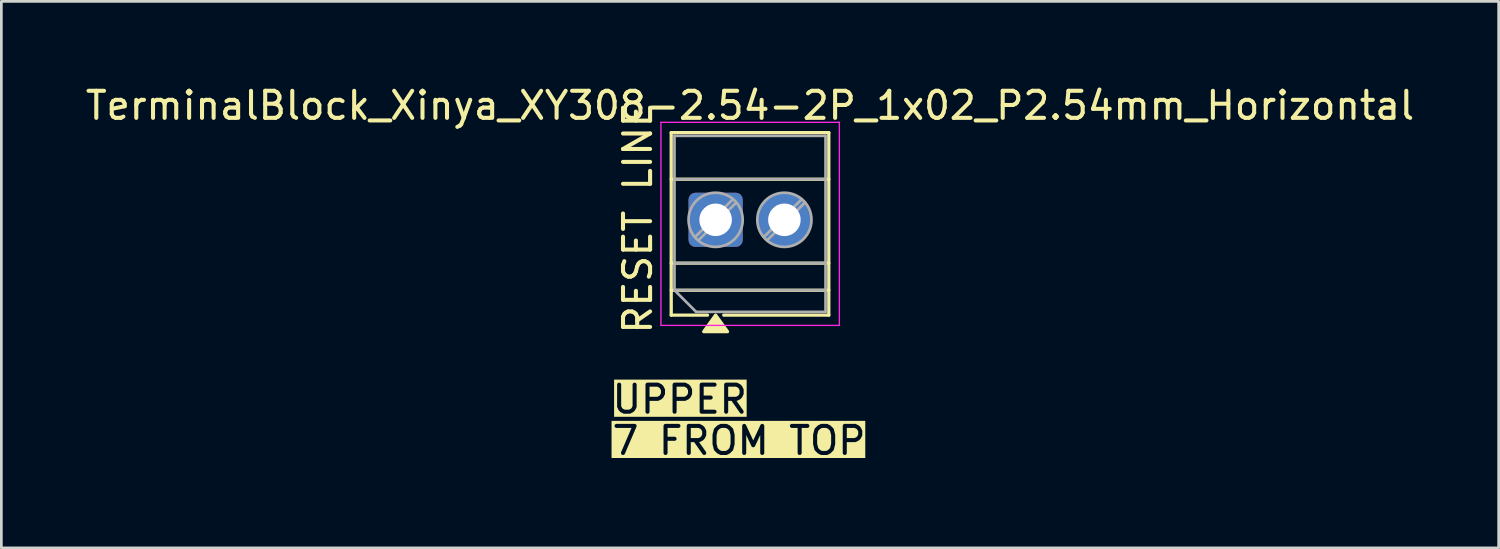
<source format=kicad_pcb>
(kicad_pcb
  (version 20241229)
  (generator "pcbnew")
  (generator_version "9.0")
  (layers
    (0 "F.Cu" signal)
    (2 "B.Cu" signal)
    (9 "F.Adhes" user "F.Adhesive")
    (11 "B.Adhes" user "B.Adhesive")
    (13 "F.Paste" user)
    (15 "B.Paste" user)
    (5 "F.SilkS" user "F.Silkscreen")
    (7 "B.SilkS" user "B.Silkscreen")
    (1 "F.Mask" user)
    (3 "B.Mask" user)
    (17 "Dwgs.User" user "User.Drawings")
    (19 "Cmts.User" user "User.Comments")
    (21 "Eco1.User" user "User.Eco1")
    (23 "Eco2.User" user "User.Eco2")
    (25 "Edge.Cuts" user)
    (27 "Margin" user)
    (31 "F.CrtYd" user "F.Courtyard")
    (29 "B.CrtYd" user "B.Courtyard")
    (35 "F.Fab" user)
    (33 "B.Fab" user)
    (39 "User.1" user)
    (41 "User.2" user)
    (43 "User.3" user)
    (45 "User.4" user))
  (footprint "TerminalBlock_Xinya_XY308-2.54-2P_1x02_P2.54mm_Horizontal"
    (layer "F.Cu")
    (at 23.379 5.068)
    (property "Reference" "TerminalBlock_Xinya_XY308-2.54-2P_1x02_P2.54mm_Horizontal" (at 1.27 -4.22 0) (layer "F.SilkS") (effects (font (size 1 1) (thickness 0.15))))
    (property "Field4" "RESET LINE" (at -2.875 -0.068 90) (unlocked yes) (layer "F.SilkS") (effects (font (size 1 1) (thickness 0.15))))
    (property "Field5" "UPPER" (at -1.325 6.633 0) (unlocked yes) (layer "F.SilkS" knockout) (effects (font (size 1 1) (thickness 0.15))))
    (property "d" "7 FROM TOP" (at 0.865 8.156 0) (unlocked yes) (layer "F.SilkS" knockout) (effects (font (size 1 1) (thickness 0.15))))
    (attr through_hole)
    (fp_line (start -1.64 -3.22) (end -1.64 3.52) (stroke (width 0.12) (type solid)) (layer "F.SilkS"))
    (fp_line (start -1.64 -3.22) (end 4.18 -3.22) (stroke (width 0.12) (type solid)) (layer "F.SilkS"))
    (fp_line (start -1.64 -1.5) (end 4.18 -1.5) (stroke (width 0.12) (type solid)) (layer "F.SilkS"))
    (fp_line (start -1.64 1.6) (end 4.18 1.6) (stroke (width 0.12) (type solid)) (layer "F.SilkS"))
    (fp_line (start -1.64 2.6) (end 4.18 2.6) (stroke (width 0.12) (type solid)) (layer "F.SilkS"))
    (fp_line (start -1.64 3.52) (end -0.3 3.52) (stroke (width 0.12) (type solid)) (layer "F.SilkS"))
    (fp_line (start 0.3 3.52) (end 4.18 3.52) (stroke (width 0.12) (type solid)) (layer "F.SilkS"))
    (fp_line (start 4.18 -3.22) (end 4.18 3.52) (stroke (width 0.12) (type solid)) (layer "F.SilkS"))
    (fp_poly (pts (xy 0 3.52) (xy 0.44 4.13) (xy -0.44 4.13) (xy 0 3.52)) (stroke (width 0.12) (type solid)) (fill yes) (layer "F.SilkS"))
    (fp_line (start -2.02 -3.6) (end -2.02 3.9) (stroke (width 0.05) (type solid)) (layer "F.CrtYd"))
    (fp_line (start -2.02 3.9) (end 4.57 3.9) (stroke (width 0.05) (type solid)) (layer "F.CrtYd"))
    (fp_line (start 4.57 -3.6) (end -2.02 -3.6) (stroke (width 0.05) (type solid)) (layer "F.CrtYd"))
    (fp_line (start 4.57 3.9) (end 4.57 -3.6) (stroke (width 0.05) (type solid)) (layer "F.CrtYd"))
    (fp_line (start -1.52 -3.1) (end 4.06 -3.1) (stroke (width 0.1) (type solid)) (layer "F.Fab"))
    (fp_line (start -1.52 -1.5) (end 4.06 -1.5) (stroke (width 0.1) (type solid)) (layer "F.Fab"))
    (fp_line (start -1.52 1.6) (end 4.06 1.6) (stroke (width 0.1) (type solid)) (layer "F.Fab"))
    (fp_line (start -1.52 2.6) (end -1.52 -3.1) (stroke (width 0.1) (type solid)) (layer "F.Fab"))
    (fp_line (start -1.52 2.6) (end 4.06 2.6) (stroke (width 0.1) (type solid)) (layer "F.Fab"))
    (fp_line (start -0.72 3.4) (end -1.52 2.6) (stroke (width 0.1) (type solid)) (layer "F.Fab"))
    (fp_line (start 0.636 -0.758) (end -0.758 0.636) (stroke (width 0.1) (type solid)) (layer "F.Fab"))
    (fp_line (start 0.758 -0.636) (end -0.636 0.758) (stroke (width 0.1) (type solid)) (layer "F.Fab"))
    (fp_line (start 3.176 -0.758) (end 1.782 0.636) (stroke (width 0.1) (type solid)) (layer "F.Fab"))
    (fp_line (start 3.298 -0.636) (end 1.904 0.758) (stroke (width 0.1) (type solid)) (layer "F.Fab"))
    (fp_line (start 4.06 -3.1) (end 4.06 3.4) (stroke (width 0.1) (type solid)) (layer "F.Fab"))
    (fp_line (start 4.06 3.4) (end -0.72 3.4) (stroke (width 0.1) (type solid)) (layer "F.Fab"))
    (fp_circle (center 0 0) (end 1 0) (stroke (width 0.1) (type solid)) (fill no) (layer "F.Fab"))
    (fp_circle (center 2.54 0) (end 3.54 0) (stroke (width 0.1) (type solid)) (fill no) (layer "F.Fab"))
    (pad "1" thru_hole roundrect (at 0 0) (size 2 2) (drill 1.2) (layers "*.Cu" "*.Mask") (roundrect_rratio 0.125))
    (pad "2" thru_hole circle (at 2.54 0) (size 2 2) (drill 1.2) (layers "*.Cu" "*.Mask")))
  (gr_rect
    (start -3 -3)
    (end 52.298 17.184)
    (stroke (width 0.1) (type default))
    (fill no)
    (layer "Edge.Cuts")))
</source>
